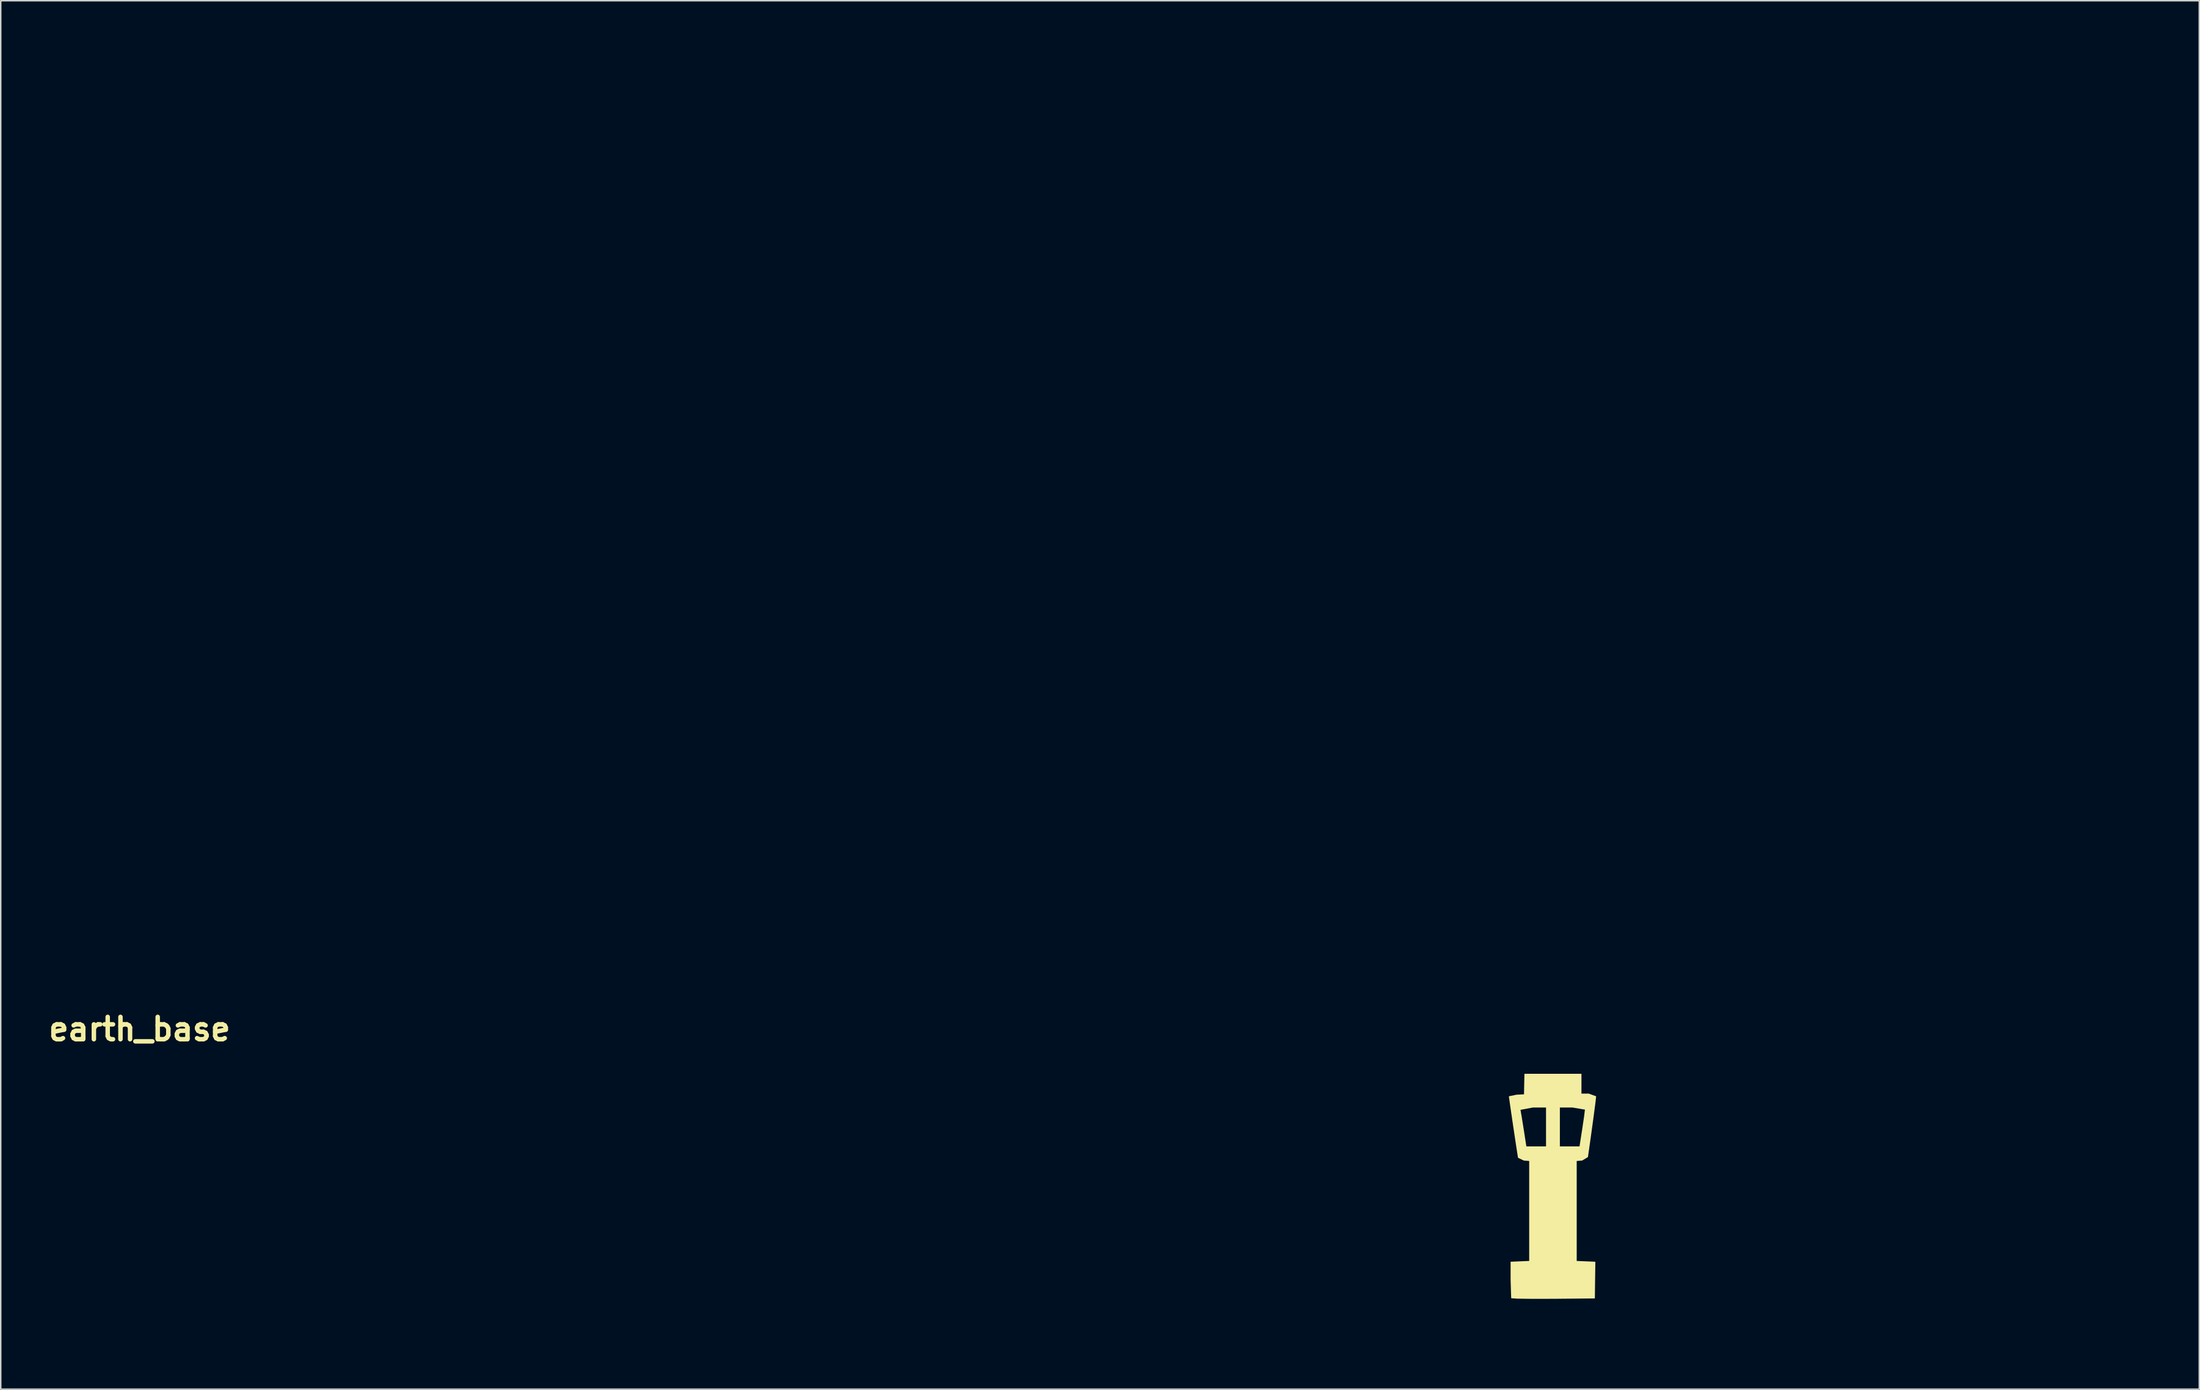
<source format=kicad_pcb>
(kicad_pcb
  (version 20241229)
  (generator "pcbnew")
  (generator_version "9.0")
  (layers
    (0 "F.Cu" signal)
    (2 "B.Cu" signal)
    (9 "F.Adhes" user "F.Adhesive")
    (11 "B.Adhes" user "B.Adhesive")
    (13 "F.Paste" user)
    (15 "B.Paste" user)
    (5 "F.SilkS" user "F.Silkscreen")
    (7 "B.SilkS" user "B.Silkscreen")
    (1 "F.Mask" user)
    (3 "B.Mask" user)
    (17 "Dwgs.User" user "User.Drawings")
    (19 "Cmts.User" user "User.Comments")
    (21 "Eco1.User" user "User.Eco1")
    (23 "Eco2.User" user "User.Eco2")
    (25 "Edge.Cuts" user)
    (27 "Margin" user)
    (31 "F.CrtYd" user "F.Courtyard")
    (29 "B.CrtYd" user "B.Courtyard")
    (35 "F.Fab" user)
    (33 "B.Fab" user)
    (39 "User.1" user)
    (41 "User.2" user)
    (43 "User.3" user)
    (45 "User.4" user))
  (footprint "earth_base"
    (layer "F.Cu")
    (at 6.473 0.25)
    (property "Reference" "earth_base" (at 0 66.934 0) (layer "F.SilkS") (effects (font (size 1.524 1.524) (thickness 0.305))))
    (attr exclude_from_pos_files exclude_from_bom)
    (fp_poly (pts (xy 95.042 72.283) (xy 95.932 72.283) (xy 95.932 73.61) (xy 95.932 74.937) (xy 95.262 74.937) (xy 94.591 74.937) (xy 94.409 73.769) (xy 94.27 72.898) (xy 94.19 72.443) (xy 95.042 72.283)) (stroke (width 0) (type solid)) (fill yes) (layer "F.Mask"))
    (fp_poly (pts (xy 96.876 72.283) (xy 97.73 72.283) (xy 98.585 72.428) (xy 98.531 72.877) (xy 98.401 73.755) (xy 98.217 74.937) (xy 97.546 74.937) (xy 96.876 74.937) (xy 96.876 73.61) (xy 96.876 72.283)) (stroke (width 0) (type solid)) (fill yes) (layer "F.Mask"))
    (fp_poly (pts (xy 94.46 69.982) (xy 94.446 70.604) (xy 94.43 71.383) (xy 93.914 71.41) (xy 93.398 71.517) (xy 93.488 72.165) (xy 93.689 73.535) (xy 93.901 74.945) (xy 94.022 75.714) (xy 94.418 75.904) (xy 94.783 75.932) (xy 94.783 79.343) (xy 94.783 82.755) (xy 94.149 82.782) (xy 93.516 82.809) (xy 93.516 84.022) (xy 93.556 85.299) (xy 93.964 85.328) (xy 94.996 85.342) (xy 95.932 85.34) (xy 95.932 74.937) (xy 95.262 74.937) (xy 94.591 74.937) (xy 94.409 73.769) (xy 94.27 72.898) (xy 94.19 72.443) (xy 95.042 72.283) (xy 95.932 72.283) (xy 95.932 73.61) (xy 95.932 74.937) (xy 95.932 85.34) (xy 96.429 85.339) (xy 99.263 85.314) (xy 99.279 84.062) (xy 99.296 82.809) (xy 98.66 82.782) (xy 98.025 82.755) (xy 98.025 79.343) (xy 98.025 75.932) (xy 98.217 75.917) (xy 98.217 74.937) (xy 97.546 74.937) (xy 96.876 74.937) (xy 96.876 73.61) (xy 96.876 72.283) (xy 97.73 72.283) (xy 98.585 72.428) (xy 98.531 72.877) (xy 98.401 73.755) (xy 98.217 74.937) (xy 98.217 75.917) (xy 98.393 75.904) (xy 98.791 75.667) (xy 98.989 74.28) (xy 99.169 72.972) (xy 99.3 71.974) (xy 99.351 71.518) (xy 98.85 71.335) (xy 98.349 71.335) (xy 98.349 70.533) (xy 98.349 69.982) (xy 94.46 69.982)) (stroke (width 0) (type solid)) (fill yes) (layer "F.SilkS"))
    (fp_poly (pts (xy 94.46 69.982) (xy 94.446 70.603) (xy 94.429 71.383) (xy 93.914 71.41) (xy 93.398 71.517) (xy 93.562 72.674) (xy 92.23 73.211) (xy 90.951 73.792) (xy 89.728 74.415) (xy 88.563 75.077) (xy 87.461 75.776) (xy 86.422 76.513) (xy 85.451 77.283) (xy 84.55 78.087) (xy 83.721 78.922) (xy 82.968 79.786) (xy 82.293 80.678) (xy 81.699 81.597) (xy 81.189 82.54) (xy 80.765 83.505) (xy 80.43 84.492) (xy 80.188 85.498) (xy 80.041 86.522) (xy 79.991 87.562) (xy 80.033 88.501) (xy 137.492 88.507) (xy 137.454 87.602) (xy 137.344 86.704) (xy 137.161 85.814) (xy 136.909 84.933) (xy 136.588 84.063) (xy 136.201 83.206) (xy 135.75 82.363) (xy 135.235 81.535) (xy 134.66 80.724) (xy 134.026 79.931) (xy 133.335 79.158) (xy 132.587 78.405) (xy 131.787 77.676) (xy 130.934 76.97) (xy 130.031 76.29) (xy 129.08 75.637) (xy 128.082 75.013) (xy 127.04 74.418) (xy 125.954 73.854) (xy 124.827 73.323) (xy 123.662 72.826) (xy 122.458 72.365) (xy 121.219 71.941) (xy 119.946 71.556) (xy 118.64 71.21) (xy 117.305 70.906) (xy 115.94 70.644) (xy 114.549 70.427) (xy 113.133 70.256) (xy 111.694 70.131) (xy 110.234 70.056) (xy 108.754 70.03) (xy 107.385 70.05) (xy 106.034 70.108) (xy 104.7 70.203) (xy 103.385 70.336) (xy 102.092 70.503) (xy 100.82 70.706) (xy 99.572 70.943) (xy 98.349 71.213) (xy 98.349 70.533) (xy 98.349 69.982) (xy 94.46 69.982)) (stroke (width 0.00001) (type solid)) (fill no) (layer "Edge.Cuts")))
  (gr_rect
    (start -3 -3)
    (end 146.965 91.757)
    (stroke (width 0.1) (type default))
    (fill no)
    (layer "Edge.Cuts")))
</source>
